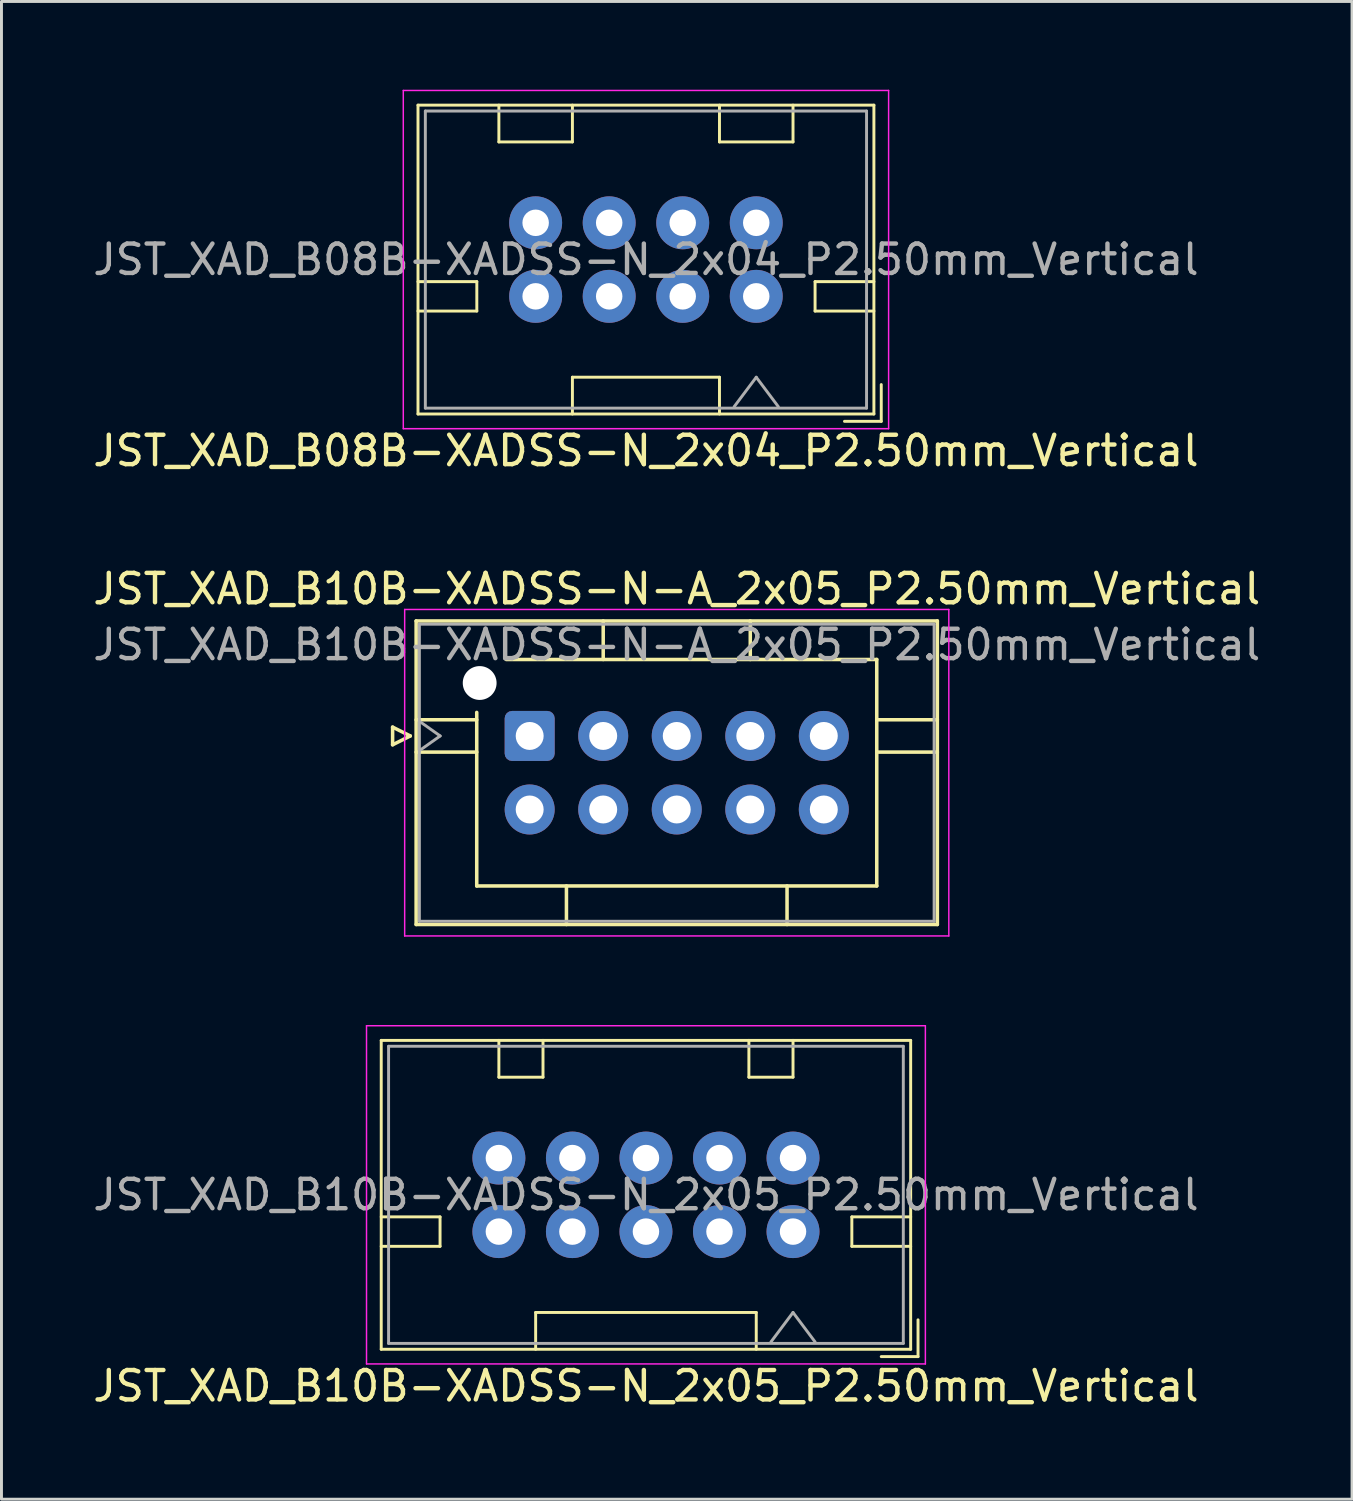
<source format=kicad_pcb>
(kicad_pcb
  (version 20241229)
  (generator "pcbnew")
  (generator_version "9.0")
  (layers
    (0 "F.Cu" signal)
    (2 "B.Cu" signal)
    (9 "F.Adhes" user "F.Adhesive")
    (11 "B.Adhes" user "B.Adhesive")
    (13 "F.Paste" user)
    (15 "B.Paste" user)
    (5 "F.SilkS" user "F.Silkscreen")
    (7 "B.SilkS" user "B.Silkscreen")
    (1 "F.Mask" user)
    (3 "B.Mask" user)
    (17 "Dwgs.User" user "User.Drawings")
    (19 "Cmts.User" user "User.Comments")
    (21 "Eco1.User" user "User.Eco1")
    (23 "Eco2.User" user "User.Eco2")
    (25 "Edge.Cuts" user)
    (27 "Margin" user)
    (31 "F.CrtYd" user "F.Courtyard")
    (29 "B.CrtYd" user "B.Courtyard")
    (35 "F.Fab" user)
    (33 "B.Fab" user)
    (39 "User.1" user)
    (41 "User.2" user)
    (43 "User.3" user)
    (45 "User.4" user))
  (footprint "JST_XAD_B10B-XADSS-N_2x05_P2.50mm_Vertical"
    (layer "F.Cu")
    (at 23.911 38.822)
    (property "Reference" "JST_XAD_B10B-XADSS-N_2x05_P2.50mm_Vertical" (at -5 5.25 0) (layer "F.SilkS") (effects (font (size 1 1) (thickness 0.15))))
    (attr through_hole)
    (fp_line (start -14 -6.5) (end -14 4) (stroke (width 0.1) (type solid)) (layer "F.SilkS"))
    (fp_line (start -14 0.5) (end -12 0.5) (stroke (width 0.1) (type solid)) (layer "F.SilkS"))
    (fp_line (start -14 4) (end 4 4) (stroke (width 0.1) (type solid)) (layer "F.SilkS"))
    (fp_line (start -12 -0.5) (end -14 -0.5) (stroke (width 0.1) (type solid)) (layer "F.SilkS"))
    (fp_line (start -12 0.5) (end -12 -0.5) (stroke (width 0.1) (type solid)) (layer "F.SilkS"))
    (fp_line (start -10 -5.25) (end -10 -6.5) (stroke (width 0.1) (type solid)) (layer "F.SilkS"))
    (fp_line (start -8.75 2.75) (end -1.25 2.75) (stroke (width 0.1) (type solid)) (layer "F.SilkS"))
    (fp_line (start -8.75 4) (end -8.75 2.75) (stroke (width 0.1) (type solid)) (layer "F.SilkS"))
    (fp_line (start -8.5 -6.5) (end -8.5 -5.25) (stroke (width 0.1) (type solid)) (layer "F.SilkS"))
    (fp_line (start -8.5 -5.25) (end -10 -5.25) (stroke (width 0.1) (type solid)) (layer "F.SilkS"))
    (fp_line (start -1.5 -6.5) (end -1.5 -5.25) (stroke (width 0.1) (type solid)) (layer "F.SilkS"))
    (fp_line (start -1.5 -5.25) (end 0 -5.25) (stroke (width 0.1) (type solid)) (layer "F.SilkS"))
    (fp_line (start -1.25 2.75) (end -1.25 4) (stroke (width 0.1) (type solid)) (layer "F.SilkS"))
    (fp_line (start 0 -5.25) (end 0 -6.5) (stroke (width 0.1) (type solid)) (layer "F.SilkS"))
    (fp_line (start 2 -0.5) (end 4 -0.5) (stroke (width 0.1) (type solid)) (layer "F.SilkS"))
    (fp_line (start 2 0.5) (end 2 -0.5) (stroke (width 0.1) (type solid)) (layer "F.SilkS"))
    (fp_line (start 3 4.25) (end 4.25 4.25) (stroke (width 0.1) (type solid)) (layer "F.SilkS"))
    (fp_line (start 4 -6.5) (end -14 -6.5) (stroke (width 0.1) (type solid)) (layer "F.SilkS"))
    (fp_line (start 4 0.5) (end 2 0.5) (stroke (width 0.1) (type solid)) (layer "F.SilkS"))
    (fp_line (start 4 4) (end 4 -6.5) (stroke (width 0.1) (type solid)) (layer "F.SilkS"))
    (fp_line (start 4.25 4.25) (end 4.25 3) (stroke (width 0.1) (type solid)) (layer "F.SilkS"))
    (fp_line (start -14.5 -7) (end -14.5 4.5) (stroke (width 0.05) (type solid)) (layer "F.CrtYd"))
    (fp_line (start -14.5 4.5) (end 4.5 4.5) (stroke (width 0.05) (type solid)) (layer "F.CrtYd"))
    (fp_line (start 4.5 -7) (end -14.5 -7) (stroke (width 0.05) (type solid)) (layer "F.CrtYd"))
    (fp_line (start 4.5 4.5) (end 4.5 -7) (stroke (width 0.05) (type solid)) (layer "F.CrtYd"))
    (fp_line (start -13.75 -6.3) (end -13.75 3.8) (stroke (width 0.1) (type solid)) (layer "F.Fab"))
    (fp_line (start -13.75 3.8) (end 3.75 3.8) (stroke (width 0.1) (type solid)) (layer "F.Fab"))
    (fp_line (start 0 2.75) (end -0.75 3.75) (stroke (width 0.1) (type solid)) (layer "F.Fab"))
    (fp_line (start 0 2.75) (end 0.75 3.75) (stroke (width 0.1) (type solid)) (layer "F.Fab"))
    (fp_line (start 3.75 -6.3) (end -13.75 -6.3) (stroke (width 0.1) (type solid)) (layer "F.Fab"))
    (fp_line (start 3.75 3.8) (end 3.75 -6.3) (stroke (width 0.1) (type solid)) (layer "F.Fab"))
    (fp_text user "${REFERENCE}" (at -5 -1.25 0) (layer "F.Fab") (effects (font (size 1 1) (thickness 0.15))))
    (pad "1" thru_hole circle (at 0 0 180) (size 1.8 1.8) (drill 0.9) (layers "*.Cu" "*.Mask"))
    (pad "2" thru_hole circle (at 0 -2.5 180) (size 1.8 1.8) (drill 0.9) (layers "*.Cu" "*.Mask"))
    (pad "3" thru_hole circle (at -2.5 0 180) (size 1.8 1.8) (drill 0.9) (layers "*.Cu" "*.Mask"))
    (pad "4" thru_hole circle (at -2.5 -2.5 180) (size 1.8 1.8) (drill 0.9) (layers "*.Cu" "*.Mask"))
    (pad "5" thru_hole circle (at -5 0 180) (size 1.8 1.8) (drill 0.9) (layers "*.Cu" "*.Mask"))
    (pad "6" thru_hole circle (at -5 -2.5 180) (size 1.8 1.8) (drill 0.9) (layers "*.Cu" "*.Mask"))
    (pad "7" thru_hole circle (at -7.5 0 180) (size 1.8 1.8) (drill 0.9) (layers "*.Cu" "*.Mask"))
    (pad "8" thru_hole circle (at -7.5 -2.5 180) (size 1.8 1.8) (drill 0.9) (layers "*.Cu" "*.Mask"))
    (pad "9" thru_hole circle (at -10 0 180) (size 1.8 1.8) (drill 0.9) (layers "*.Cu" "*.Mask"))
    (pad "10" thru_hole circle (at -10 -2.5 180) (size 1.8 1.8) (drill 0.9) (layers "*.Cu" "*.Mask")))
  (footprint "JST_XAD_B10B-XADSS-N-A_2x05_P2.50mm_Vertical"
    (layer "F.Cu")
    (at 14.958 21.971)
    (property "Reference" "JST_XAD_B10B-XADSS-N-A_2x05_P2.50mm_Vertical" (at 5 -5 0) (layer "F.SilkS") (effects (font (size 1 1) (thickness 0.15))))
    (attr through_hole)
    (fp_line (start -4.66 -0.3) (end -4.06 0) (stroke (width 0.12) (type solid)) (layer "F.SilkS"))
    (fp_line (start -4.66 0.3) (end -4.66 -0.3) (stroke (width 0.12) (type solid)) (layer "F.SilkS"))
    (fp_line (start -4.06 0) (end -4.66 0.3) (stroke (width 0.12) (type solid)) (layer "F.SilkS"))
    (fp_line (start -3.86 -3.91) (end -3.86 6.41) (stroke (width 0.12) (type solid)) (layer "F.SilkS"))
    (fp_line (start -3.86 -0.55) (end -1.8 -0.55) (stroke (width 0.12) (type solid)) (layer "F.SilkS"))
    (fp_line (start -3.86 0.55) (end -1.8 0.55) (stroke (width 0.12) (type solid)) (layer "F.SilkS"))
    (fp_line (start -3.86 6.41) (end 13.86 6.41) (stroke (width 0.12) (type solid)) (layer "F.SilkS"))
    (fp_line (start -1.8 5.1) (end -1.8 -0.8) (stroke (width 0.12) (type solid)) (layer "F.SilkS"))
    (fp_line (start -0.8 -2.6) (end 11.8 -2.6) (stroke (width 0.12) (type solid)) (layer "F.SilkS"))
    (fp_line (start 1.25 6.41) (end 1.25 5.1) (stroke (width 0.12) (type solid)) (layer "F.SilkS"))
    (fp_line (start 2.5 -3.91) (end 2.5 -2.6) (stroke (width 0.12) (type solid)) (layer "F.SilkS"))
    (fp_line (start 7.5 -3.91) (end 7.5 -2.6) (stroke (width 0.12) (type solid)) (layer "F.SilkS"))
    (fp_line (start 8.75 6.41) (end 8.75 5.1) (stroke (width 0.12) (type solid)) (layer "F.SilkS"))
    (fp_line (start 11.8 -2.6) (end 11.8 5.1) (stroke (width 0.12) (type solid)) (layer "F.SilkS"))
    (fp_line (start 11.8 5.1) (end -1.8 5.1) (stroke (width 0.12) (type solid)) (layer "F.SilkS"))
    (fp_line (start 13.86 -3.91) (end -3.86 -3.91) (stroke (width 0.12) (type solid)) (layer "F.SilkS"))
    (fp_line (start 13.86 -0.55) (end 11.8 -0.55) (stroke (width 0.12) (type solid)) (layer "F.SilkS"))
    (fp_line (start 13.86 0.55) (end 11.8 0.55) (stroke (width 0.12) (type solid)) (layer "F.SilkS"))
    (fp_line (start 13.86 6.41) (end 13.86 -3.91) (stroke (width 0.12) (type solid)) (layer "F.SilkS"))
    (fp_line (start -4.25 -4.3) (end -4.25 6.8) (stroke (width 0.05) (type solid)) (layer "F.CrtYd"))
    (fp_line (start -4.25 6.8) (end 14.25 6.8) (stroke (width 0.05) (type solid)) (layer "F.CrtYd"))
    (fp_line (start 14.25 -4.3) (end -4.25 -4.3) (stroke (width 0.05) (type solid)) (layer "F.CrtYd"))
    (fp_line (start 14.25 6.8) (end 14.25 -4.3) (stroke (width 0.05) (type solid)) (layer "F.CrtYd"))
    (fp_line (start -3.75 -3.8) (end -3.75 6.3) (stroke (width 0.1) (type solid)) (layer "F.Fab"))
    (fp_line (start -3.75 0.5) (end -3.043 0) (stroke (width 0.1) (type solid)) (layer "F.Fab"))
    (fp_line (start -3.75 6.3) (end 13.75 6.3) (stroke (width 0.1) (type solid)) (layer "F.Fab"))
    (fp_line (start -3.043 0) (end -3.75 -0.5) (stroke (width 0.1) (type solid)) (layer "F.Fab"))
    (fp_line (start 13.75 -3.8) (end -3.75 -3.8) (stroke (width 0.1) (type solid)) (layer "F.Fab"))
    (fp_line (start 13.75 6.3) (end 13.75 -3.8) (stroke (width 0.1) (type solid)) (layer "F.Fab"))
    (fp_text user "${REFERENCE}" (at 5 -3.1 0) (layer "F.Fab") (effects (font (size 1 1) (thickness 0.15))))
    (pad "" np_thru_hole circle (at -1.7 -1.8) (size 1.15 1.15) (drill 1.15) (layers "*.Cu" "*.Mask"))
    (pad "1" thru_hole roundrect (at 0 0) (size 1.7 1.7) (drill 0.95) (layers "*.Cu" "*.Mask") (roundrect_rratio 0.147))
    (pad "2" thru_hole circle (at 0 2.5) (size 1.7 1.7) (drill 0.95) (layers "*.Cu" "*.Mask"))
    (pad "3" thru_hole circle (at 2.5 0) (size 1.7 1.7) (drill 0.95) (layers "*.Cu" "*.Mask"))
    (pad "4" thru_hole circle (at 2.5 2.5) (size 1.7 1.7) (drill 0.95) (layers "*.Cu" "*.Mask"))
    (pad "5" thru_hole circle (at 5 0) (size 1.7 1.7) (drill 0.95) (layers "*.Cu" "*.Mask"))
    (pad "6" thru_hole circle (at 5 2.5) (size 1.7 1.7) (drill 0.95) (layers "*.Cu" "*.Mask"))
    (pad "7" thru_hole circle (at 7.5 0) (size 1.7 1.7) (drill 0.95) (layers "*.Cu" "*.Mask"))
    (pad "8" thru_hole circle (at 7.5 2.5) (size 1.7 1.7) (drill 0.95) (layers "*.Cu" "*.Mask"))
    (pad "9" thru_hole circle (at 10 0) (size 1.7 1.7) (drill 0.95) (layers "*.Cu" "*.Mask"))
    (pad "10" thru_hole circle (at 10 2.5) (size 1.7 1.7) (drill 0.95) (layers "*.Cu" "*.Mask")))
  (footprint "JST_XAD_B08B-XADSS-N_2x04_P2.50mm_Vertical"
    (layer "F.Cu")
    (at 22.661 7.025)
    (property "Reference" "JST_XAD_B08B-XADSS-N_2x04_P2.50mm_Vertical" (at -3.75 5.25 0) (layer "F.SilkS") (effects (font (size 1 1) (thickness 0.15))))
    (attr through_hole)
    (fp_line (start -11.5 -6.5) (end -11.5 4) (stroke (width 0.1) (type solid)) (layer "F.SilkS"))
    (fp_line (start -11.5 0.5) (end -9.5 0.5) (stroke (width 0.1) (type solid)) (layer "F.SilkS"))
    (fp_line (start -11.5 4) (end 4 4) (stroke (width 0.1) (type solid)) (layer "F.SilkS"))
    (fp_line (start -9.5 -0.5) (end -11.5 -0.5) (stroke (width 0.1) (type solid)) (layer "F.SilkS"))
    (fp_line (start -9.5 0.5) (end -9.5 -0.5) (stroke (width 0.1) (type solid)) (layer "F.SilkS"))
    (fp_line (start -8.75 -5.25) (end -8.75 -6.5) (stroke (width 0.1) (type solid)) (layer "F.SilkS"))
    (fp_line (start -6.25 -6.5) (end -6.25 -5.25) (stroke (width 0.1) (type solid)) (layer "F.SilkS"))
    (fp_line (start -6.25 -5.25) (end -8.75 -5.25) (stroke (width 0.1) (type solid)) (layer "F.SilkS"))
    (fp_line (start -6.25 2.75) (end -1.25 2.75) (stroke (width 0.1) (type solid)) (layer "F.SilkS"))
    (fp_line (start -6.25 4) (end -6.25 2.75) (stroke (width 0.1) (type solid)) (layer "F.SilkS"))
    (fp_line (start -1.25 -6.5) (end -1.25 -5.25) (stroke (width 0.1) (type solid)) (layer "F.SilkS"))
    (fp_line (start -1.25 -5.25) (end 1.25 -5.25) (stroke (width 0.1) (type solid)) (layer "F.SilkS"))
    (fp_line (start -1.25 2.75) (end -1.25 4) (stroke (width 0.1) (type solid)) (layer "F.SilkS"))
    (fp_line (start 1.25 -5.25) (end 1.25 -6.5) (stroke (width 0.1) (type solid)) (layer "F.SilkS"))
    (fp_line (start 2 -0.5) (end 4 -0.5) (stroke (width 0.1) (type solid)) (layer "F.SilkS"))
    (fp_line (start 2 0.5) (end 2 -0.5) (stroke (width 0.1) (type solid)) (layer "F.SilkS"))
    (fp_line (start 3 4.25) (end 4.25 4.25) (stroke (width 0.1) (type solid)) (layer "F.SilkS"))
    (fp_line (start 4 -6.5) (end -11.5 -6.5) (stroke (width 0.1) (type solid)) (layer "F.SilkS"))
    (fp_line (start 4 0.5) (end 2 0.5) (stroke (width 0.1) (type solid)) (layer "F.SilkS"))
    (fp_line (start 4 4) (end 4 -6.5) (stroke (width 0.1) (type solid)) (layer "F.SilkS"))
    (fp_line (start 4.25 4.25) (end 4.25 3) (stroke (width 0.1) (type solid)) (layer "F.SilkS"))
    (fp_line (start -12 -7) (end -12 4.5) (stroke (width 0.05) (type solid)) (layer "F.CrtYd"))
    (fp_line (start -12 4.5) (end 4.5 4.5) (stroke (width 0.05) (type solid)) (layer "F.CrtYd"))
    (fp_line (start 4.5 -7) (end -12 -7) (stroke (width 0.05) (type solid)) (layer "F.CrtYd"))
    (fp_line (start 4.5 4.5) (end 4.5 -7) (stroke (width 0.05) (type solid)) (layer "F.CrtYd"))
    (fp_line (start -11.25 -6.3) (end -11.25 3.8) (stroke (width 0.1) (type solid)) (layer "F.Fab"))
    (fp_line (start -11.25 3.8) (end 3.75 3.8) (stroke (width 0.1) (type solid)) (layer "F.Fab"))
    (fp_line (start 0 2.75) (end -0.75 3.75) (stroke (width 0.1) (type solid)) (layer "F.Fab"))
    (fp_line (start 0 2.75) (end 0.75 3.75) (stroke (width 0.1) (type solid)) (layer "F.Fab"))
    (fp_line (start 3.75 -6.3) (end -11.25 -6.3) (stroke (width 0.1) (type solid)) (layer "F.Fab"))
    (fp_line (start 3.75 3.8) (end 3.75 -6.3) (stroke (width 0.1) (type solid)) (layer "F.Fab"))
    (fp_text user "${REFERENCE}" (at -3.75 -1.25 0) (layer "F.Fab") (effects (font (size 1 1) (thickness 0.15))))
    (pad "1" thru_hole circle (at 0 0 180) (size 1.8 1.8) (drill 0.9) (layers "*.Cu" "*.Mask"))
    (pad "2" thru_hole circle (at 0 -2.5 180) (size 1.8 1.8) (drill 0.9) (layers "*.Cu" "*.Mask"))
    (pad "3" thru_hole circle (at -2.5 0 180) (size 1.8 1.8) (drill 0.9) (layers "*.Cu" "*.Mask"))
    (pad "4" thru_hole circle (at -2.5 -2.5 180) (size 1.8 1.8) (drill 0.9) (layers "*.Cu" "*.Mask"))
    (pad "5" thru_hole circle (at -5 0 180) (size 1.8 1.8) (drill 0.9) (layers "*.Cu" "*.Mask"))
    (pad "6" thru_hole circle (at -5 -2.5 180) (size 1.8 1.8) (drill 0.9) (layers "*.Cu" "*.Mask"))
    (pad "7" thru_hole circle (at -7.5 0 180) (size 1.8 1.8) (drill 0.9) (layers "*.Cu" "*.Mask"))
    (pad "8" thru_hole circle (at -7.5 -2.5 180) (size 1.8 1.8) (drill 0.9) (layers "*.Cu" "*.Mask")))
  (gr_rect
    (start -3 -3)
    (end 42.917 47.92)
    (stroke (width 0.1) (type default))
    (fill no)
    (layer "Edge.Cuts")))
</source>
